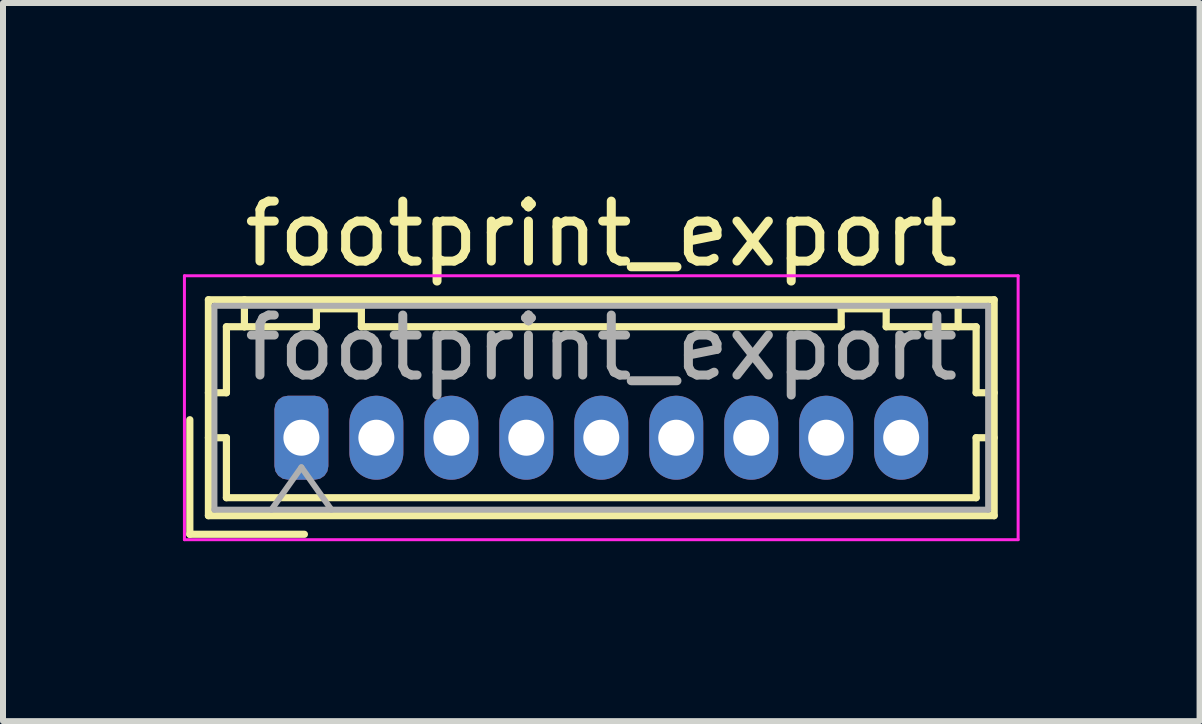
<source format=kicad_pcb>
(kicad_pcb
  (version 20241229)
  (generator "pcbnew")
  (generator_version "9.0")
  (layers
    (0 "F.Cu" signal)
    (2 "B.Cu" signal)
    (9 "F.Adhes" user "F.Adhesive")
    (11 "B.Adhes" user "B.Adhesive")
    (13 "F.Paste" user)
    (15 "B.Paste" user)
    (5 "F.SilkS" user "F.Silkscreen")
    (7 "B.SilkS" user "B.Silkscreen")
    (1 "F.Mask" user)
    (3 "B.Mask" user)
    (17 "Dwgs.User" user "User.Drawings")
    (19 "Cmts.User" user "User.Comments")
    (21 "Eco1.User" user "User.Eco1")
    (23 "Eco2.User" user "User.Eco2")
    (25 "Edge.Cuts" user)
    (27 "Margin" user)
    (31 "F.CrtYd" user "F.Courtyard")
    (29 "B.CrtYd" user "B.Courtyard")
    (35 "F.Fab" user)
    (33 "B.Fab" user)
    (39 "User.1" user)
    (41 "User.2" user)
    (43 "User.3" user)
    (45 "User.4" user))
  (footprint "footprint_export"
    (layer "F.Cu")
    (at 1.975 4.248)
    (property "Reference" "footprint_export" (at 5 -3.4 0) (layer "F.SilkS") (effects (font (size 1 1) (thickness 0.15))))
    (attr through_hole)
    (fp_line (start -1.86 -0.3) (end -1.86 1.61) (stroke (width 0.12) (type solid)) (layer "F.SilkS"))
    (fp_line (start -1.86 1.61) (end 0.05 1.61) (stroke (width 0.12) (type solid)) (layer "F.SilkS"))
    (fp_line (start -1.55 -2.3) (end -1.55 1.3) (stroke (width 0.12) (type solid)) (layer "F.SilkS"))
    (fp_line (start -1.55 -0.75) (end -1.25 -0.75) (stroke (width 0.12) (type solid)) (layer "F.SilkS"))
    (fp_line (start -1.55 0) (end -1.25 0) (stroke (width 0.12) (type solid)) (layer "F.SilkS"))
    (fp_line (start -1.55 1.3) (end 11.55 1.3) (stroke (width 0.12) (type solid)) (layer "F.SilkS"))
    (fp_line (start -1.25 -1.85) (end -0.95 -1.85) (stroke (width 0.12) (type solid)) (layer "F.SilkS"))
    (fp_line (start -1.25 -0.75) (end -1.25 -1.85) (stroke (width 0.12) (type solid)) (layer "F.SilkS"))
    (fp_line (start -1.25 0) (end -1.25 1) (stroke (width 0.12) (type solid)) (layer "F.SilkS"))
    (fp_line (start -1.25 1) (end 11.25 1) (stroke (width 0.12) (type solid)) (layer "F.SilkS"))
    (fp_line (start -0.95 -1.85) (end -0.95 -2.3) (stroke (width 0.12) (type solid)) (layer "F.SilkS"))
    (fp_line (start -0.95 -1.85) (end 0.25 -1.85) (stroke (width 0.12) (type solid)) (layer "F.SilkS"))
    (fp_line (start 0.25 -2.15) (end 1 -2.15) (stroke (width 0.12) (type solid)) (layer "F.SilkS"))
    (fp_line (start 0.25 -1.85) (end 0.25 -2.15) (stroke (width 0.12) (type solid)) (layer "F.SilkS"))
    (fp_line (start 1 -2.15) (end 1 -1.85) (stroke (width 0.12) (type solid)) (layer "F.SilkS"))
    (fp_line (start 1 -1.85) (end 9 -1.85) (stroke (width 0.12) (type solid)) (layer "F.SilkS"))
    (fp_line (start 9 -2.15) (end 9.75 -2.15) (stroke (width 0.12) (type solid)) (layer "F.SilkS"))
    (fp_line (start 9 -1.85) (end 9 -2.15) (stroke (width 0.12) (type solid)) (layer "F.SilkS"))
    (fp_line (start 9.75 -2.15) (end 9.75 -1.85) (stroke (width 0.12) (type solid)) (layer "F.SilkS"))
    (fp_line (start 9.75 -1.85) (end 10.95 -1.85) (stroke (width 0.12) (type solid)) (layer "F.SilkS"))
    (fp_line (start 10.95 -1.85) (end 10.95 -2.3) (stroke (width 0.12) (type solid)) (layer "F.SilkS"))
    (fp_line (start 11.25 -1.85) (end 10.95 -1.85) (stroke (width 0.12) (type solid)) (layer "F.SilkS"))
    (fp_line (start 11.25 -0.75) (end 11.25 -1.85) (stroke (width 0.12) (type solid)) (layer "F.SilkS"))
    (fp_line (start 11.25 0) (end 11.55 0) (stroke (width 0.12) (type solid)) (layer "F.SilkS"))
    (fp_line (start 11.25 1) (end 11.25 0) (stroke (width 0.12) (type solid)) (layer "F.SilkS"))
    (fp_line (start 11.55 -2.3) (end -1.55 -2.3) (stroke (width 0.12) (type solid)) (layer "F.SilkS"))
    (fp_line (start 11.55 -0.75) (end 11.25 -0.75) (stroke (width 0.12) (type solid)) (layer "F.SilkS"))
    (fp_line (start 11.55 1.3) (end 11.55 -2.3) (stroke (width 0.12) (type solid)) (layer "F.SilkS"))
    (fp_line (start -1.95 -2.7) (end -1.95 1.7) (stroke (width 0.05) (type solid)) (layer "F.CrtYd"))
    (fp_line (start -1.95 1.7) (end 11.95 1.7) (stroke (width 0.05) (type solid)) (layer "F.CrtYd"))
    (fp_line (start 11.95 -2.7) (end -1.95 -2.7) (stroke (width 0.05) (type solid)) (layer "F.CrtYd"))
    (fp_line (start 11.95 1.7) (end 11.95 -2.7) (stroke (width 0.05) (type solid)) (layer "F.CrtYd"))
    (fp_line (start -1.45 -2.2) (end -1.45 1.2) (stroke (width 0.1) (type solid)) (layer "F.Fab"))
    (fp_line (start -1.45 1.2) (end 11.45 1.2) (stroke (width 0.1) (type solid)) (layer "F.Fab"))
    (fp_line (start -0.5 1.2) (end 0 0.493) (stroke (width 0.1) (type solid)) (layer "F.Fab"))
    (fp_line (start 0 0.493) (end 0.5 1.2) (stroke (width 0.1) (type solid)) (layer "F.Fab"))
    (fp_line (start 11.45 -2.2) (end -1.45 -2.2) (stroke (width 0.1) (type solid)) (layer "F.Fab"))
    (fp_line (start 11.45 1.2) (end 11.45 -2.2) (stroke (width 0.1) (type solid)) (layer "F.Fab"))
    (fp_text user "${REFERENCE}" (at 5 -1.5 0) (layer "F.Fab") (effects (font (size 1 1) (thickness 0.15))))
    (pad "1" thru_hole roundrect (at 0 0) (size 0.9 1.4) (drill 0.6) (layers "*.Cu" "*.Mask") (roundrect_rratio 0.25))
    (pad "2" thru_hole oval (at 1.25 0) (size 0.9 1.4) (drill 0.6) (layers "*.Cu" "*.Mask"))
    (pad "3" thru_hole oval (at 2.5 0) (size 0.9 1.4) (drill 0.6) (layers "*.Cu" "*.Mask"))
    (pad "4" thru_hole oval (at 3.75 0) (size 0.9 1.4) (drill 0.6) (layers "*.Cu" "*.Mask"))
    (pad "5" thru_hole oval (at 5 0) (size 0.9 1.4) (drill 0.6) (layers "*.Cu" "*.Mask"))
    (pad "6" thru_hole oval (at 6.25 0) (size 0.9 1.4) (drill 0.6) (layers "*.Cu" "*.Mask"))
    (pad "7" thru_hole oval (at 7.5 0) (size 0.9 1.4) (drill 0.6) (layers "*.Cu" "*.Mask"))
    (pad "8" thru_hole oval (at 8.75 0) (size 0.9 1.4) (drill 0.6) (layers "*.Cu" "*.Mask"))
    (pad "9" thru_hole oval (at 10 0) (size 0.9 1.4) (drill 0.6) (layers "*.Cu" "*.Mask")))
  (gr_rect
    (start -3 -3)
    (end 16.95 8.973)
    (stroke (width 0.1) (type default))
    (fill no)
    (layer "Edge.Cuts")))
</source>
